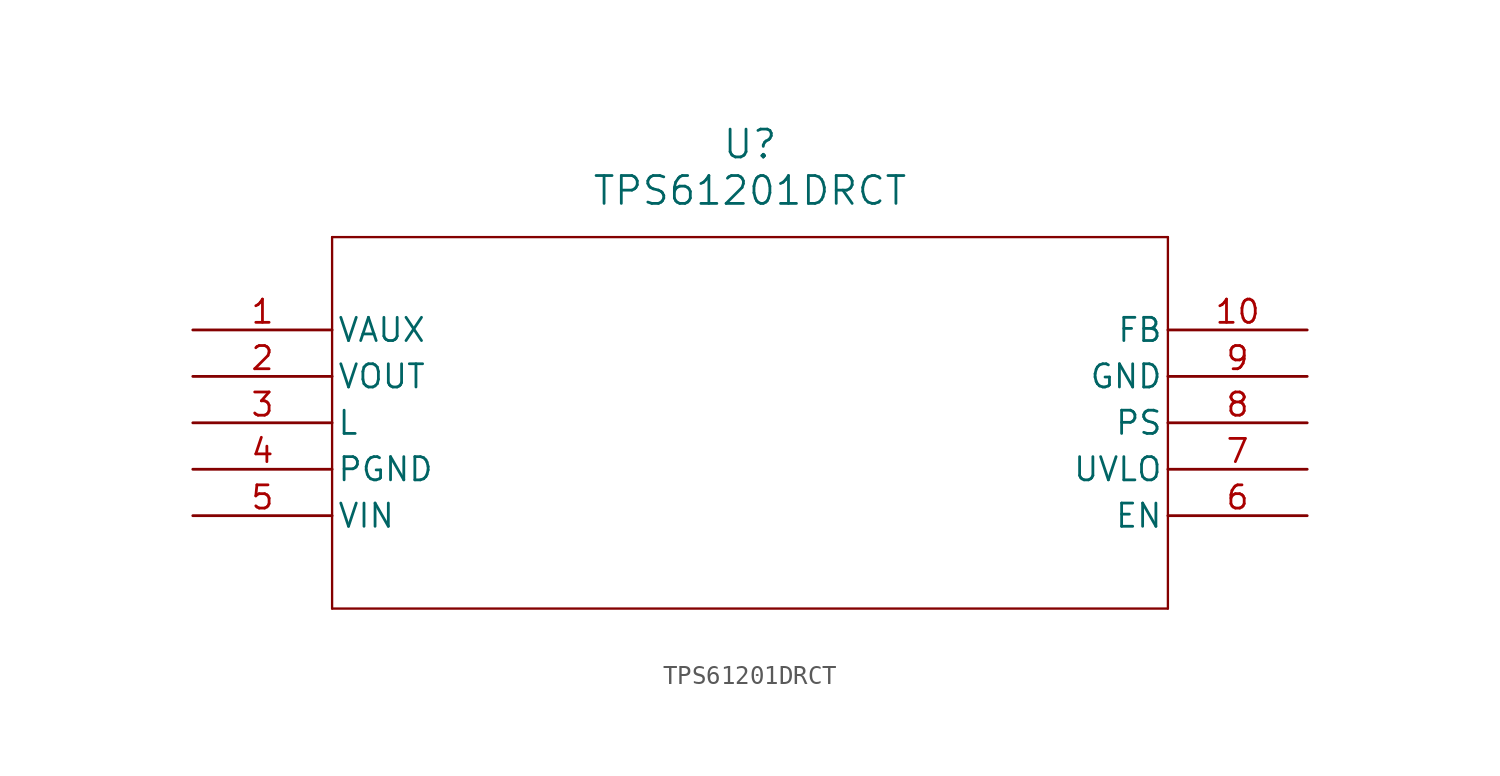
<source format=kicad_sym>
(kicad_symbol_lib
  (version 20211014)
  (generator kicad_symbol_editor)
  (symbol "TPS61201DRCT"
    (pin_names
      (offset 0.254))
    (property "Reference" "U"
      (at 30.48 10.16 0)
      (effects (font (size 1.524 1.524))))
    (property "Value" "TPS61201DRCT"
      (at 30.48 7.62 0)
      (effects (font (size 1.524 1.524))))
    (symbol "TPS61201DRCT_0_1"
      (polyline (pts (xy 7.62 5.08) (xy 7.62 -15.24)) (stroke (width 0.127) (type default) (color 0 0 0 0)) (fill (type none)))
      (polyline (pts (xy 7.62 -15.24) (xy 53.34 -15.24)) (stroke (width 0.127) (type default) (color 0 0 0 0)) (fill (type none)))
      (polyline (pts (xy 53.34 -15.24) (xy 53.34 5.08)) (stroke (width 0.127) (type default) (color 0 0 0 0)) (fill (type none)))
      (polyline (pts (xy 53.34 5.08) (xy 7.62 5.08)) (stroke (width 0.127) (type default) (color 0 0 0 0)) (fill (type none)))
      (pin bidirectional line (at 0 0 0) (length 7.62) (name "VAUX" (effects (font (size 1.27 1.27)))) (number "1" (effects (font (size 1.27 1.27)))))
      (pin output line (at 0 -2.54 0) (length 7.62) (name "VOUT" (effects (font (size 1.27 1.27)))) (number "2" (effects (font (size 1.27 1.27)))))
      (pin input line (at 0 -5.08 0) (length 7.62) (name "L" (effects (font (size 1.27 1.27)))) (number "3" (effects (font (size 1.27 1.27)))))
      (pin power_in line (at 0 -7.62 0) (length 7.62) (name "PGND" (effects (font (size 1.27 1.27)))) (number "4" (effects (font (size 1.27 1.27)))))
      (pin input line (at 0 -10.16 0) (length 7.62) (name "VIN" (effects (font (size 1.27 1.27)))) (number "5" (effects (font (size 1.27 1.27)))))
      (pin input line (at 60.96 -10.16 180) (length 7.62) (name "EN" (effects (font (size 1.27 1.27)))) (number "6" (effects (font (size 1.27 1.27)))))
      (pin input line (at 60.96 -7.62 180) (length 7.62) (name "UVLO" (effects (font (size 1.27 1.27)))) (number "7" (effects (font (size 1.27 1.27)))))
      (pin input line (at 60.96 -5.08 180) (length 7.62) (name "PS" (effects (font (size 1.27 1.27)))) (number "8" (effects (font (size 1.27 1.27)))))
      (pin power_in line (at 60.96 -2.54 180) (length 7.62) (name "GND" (effects (font (size 1.27 1.27)))) (number "9" (effects (font (size 1.27 1.27)))))
      (pin input line (at 60.96 0 180) (length 7.62) (name "FB" (effects (font (size 1.27 1.27)))) (number "10" (effects (font (size 1.27 1.27))))))))
</source>
